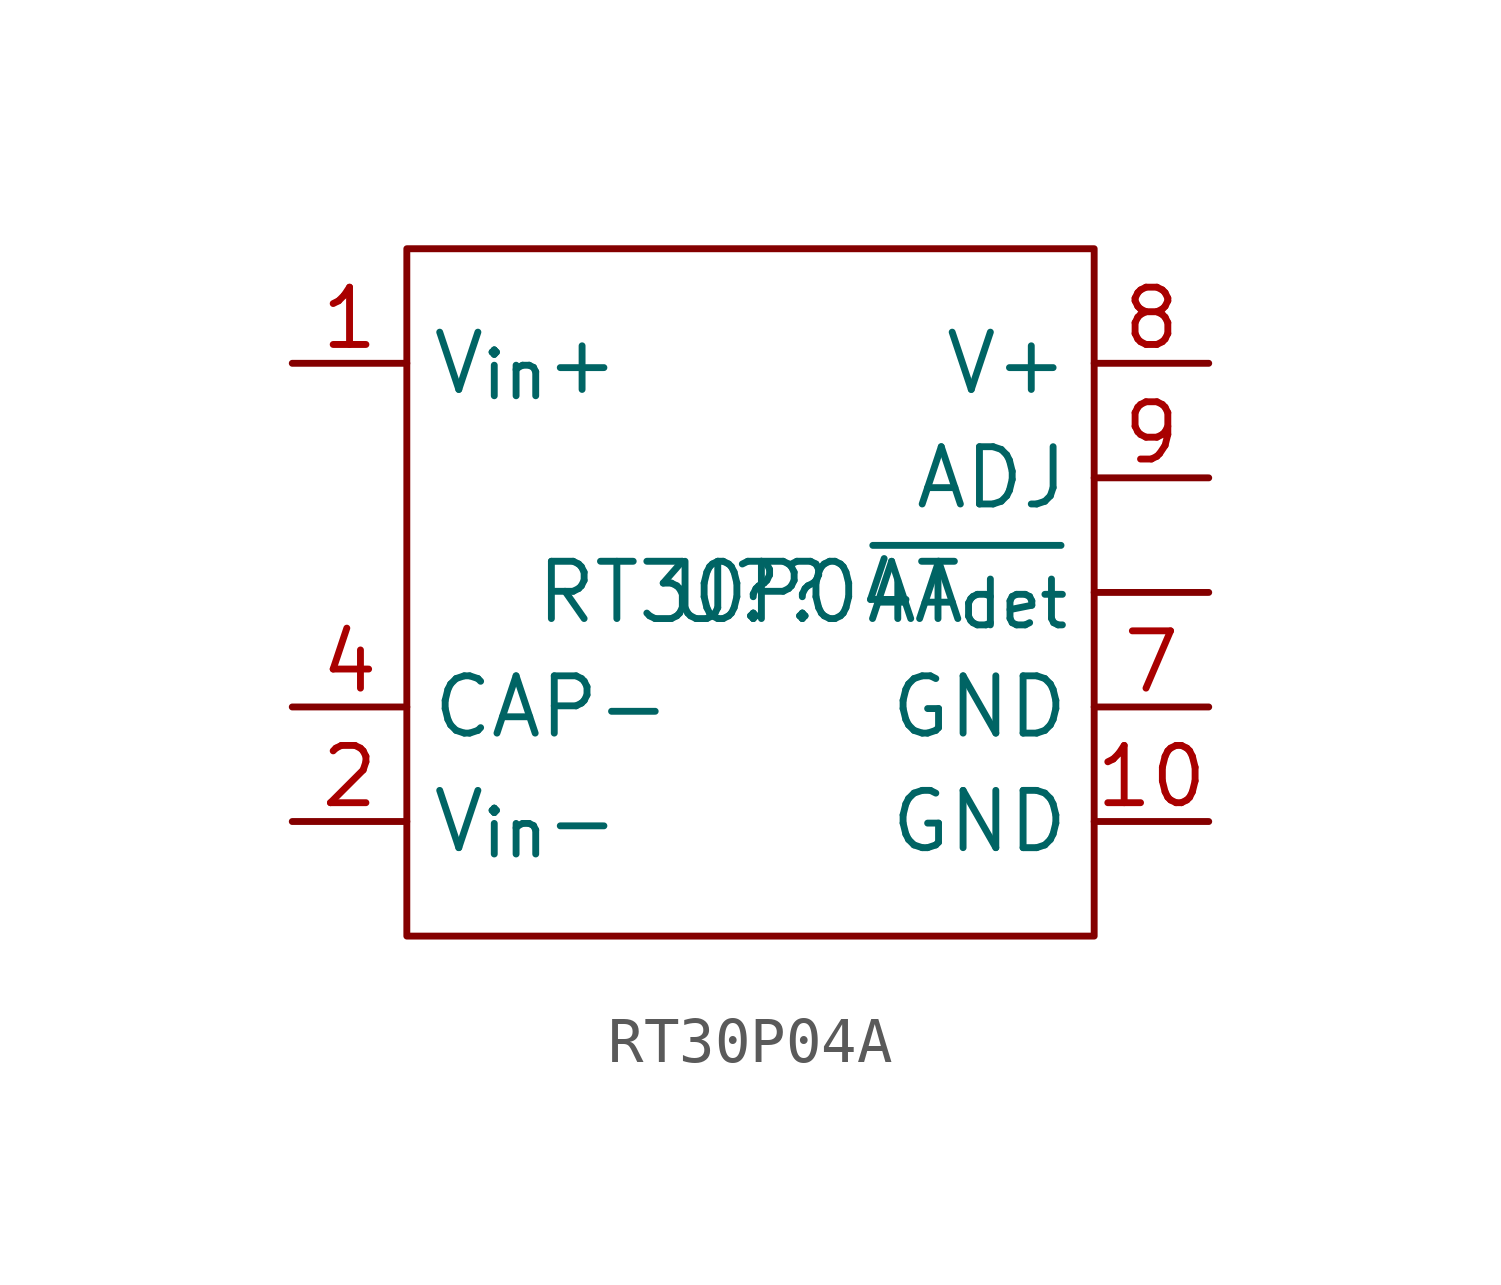
<source format=kicad_sym>
(kicad_symbol_lib
  (version 20241209)
  (generator "kicad_symbol_editor")
  (generator_version "9.0")
  (symbol "RT30P04A"
    (property "Reference" "U?"
      (at 0 0 0)
      (effects (font (size 1.27 1.27))))
    (property "Value" "RT30P04A"
      (at 0 0 0)
      (effects (font (size 1.27 1.27))))
    (symbol "RT30P04A_0_1"
      (rectangle (start -7.62 7.62) (end 7.62 -7.62) (stroke (width 0) (type default)) (fill (type none))))
    (symbol "RT30P04A_1_1"
      (pin power_in line (at -10.16 5.08 0) (length 2.54) (name "V_{in}+" (effects (font (size 1.27 1.27)))) (number "1" (effects (font (size 1.27 1.27)))))
      (pin no_connect line (at -10.16 2.54 0) (length 2.54) (hide yes) (name "NC" (effects (font (size 1.27 1.27)))) (number "5" (effects (font (size 1.27 1.27)))))
      (pin no_connect line (at -10.16 0 0) (length 2.54) (hide yes) (name "NC" (effects (font (size 1.27 1.27)))) (number "6" (effects (font (size 1.27 1.27)))))
      (pin passive line (at -10.16 -2.54 0) (length 2.54) (name "CAP-" (effects (font (size 1.27 1.27)))) (number "4" (effects (font (size 1.27 1.27)))))
      (pin power_in line (at -10.16 -5.08 0) (length 2.54) (name "V_{in}-" (effects (font (size 1.27 1.27)))) (number "2" (effects (font (size 1.27 1.27)))))
      (pin power_out line (at 10.16 5.08 180) (length 2.54) (name "V+" (effects (font (size 1.27 1.27)))) (number "8" (effects (font (size 1.27 1.27)))))
      (pin passive line (at 10.16 2.54 180) (length 2.54) (name "ADJ" (effects (font (size 1.27 1.27)))) (number "9" (effects (font (size 1.27 1.27)))))
      (pin output line (at 10.16 0 180) (length 2.54) (name "~{AT_{det}}" (effects (font (size 1.27 1.27)))) (number "" (effects (font (size 1.27 1.27)))))
      (pin power_out line (at 10.16 -2.54 180) (length 2.54) (name "GND" (effects (font (size 1.27 1.27)))) (number "7" (effects (font (size 1.27 1.27)))))
      (pin power_out line (at 10.16 -5.08 180) (length 2.54) (name "GND" (effects (font (size 1.27 1.27)))) (number "10" (effects (font (size 1.27 1.27))))))))
</source>
